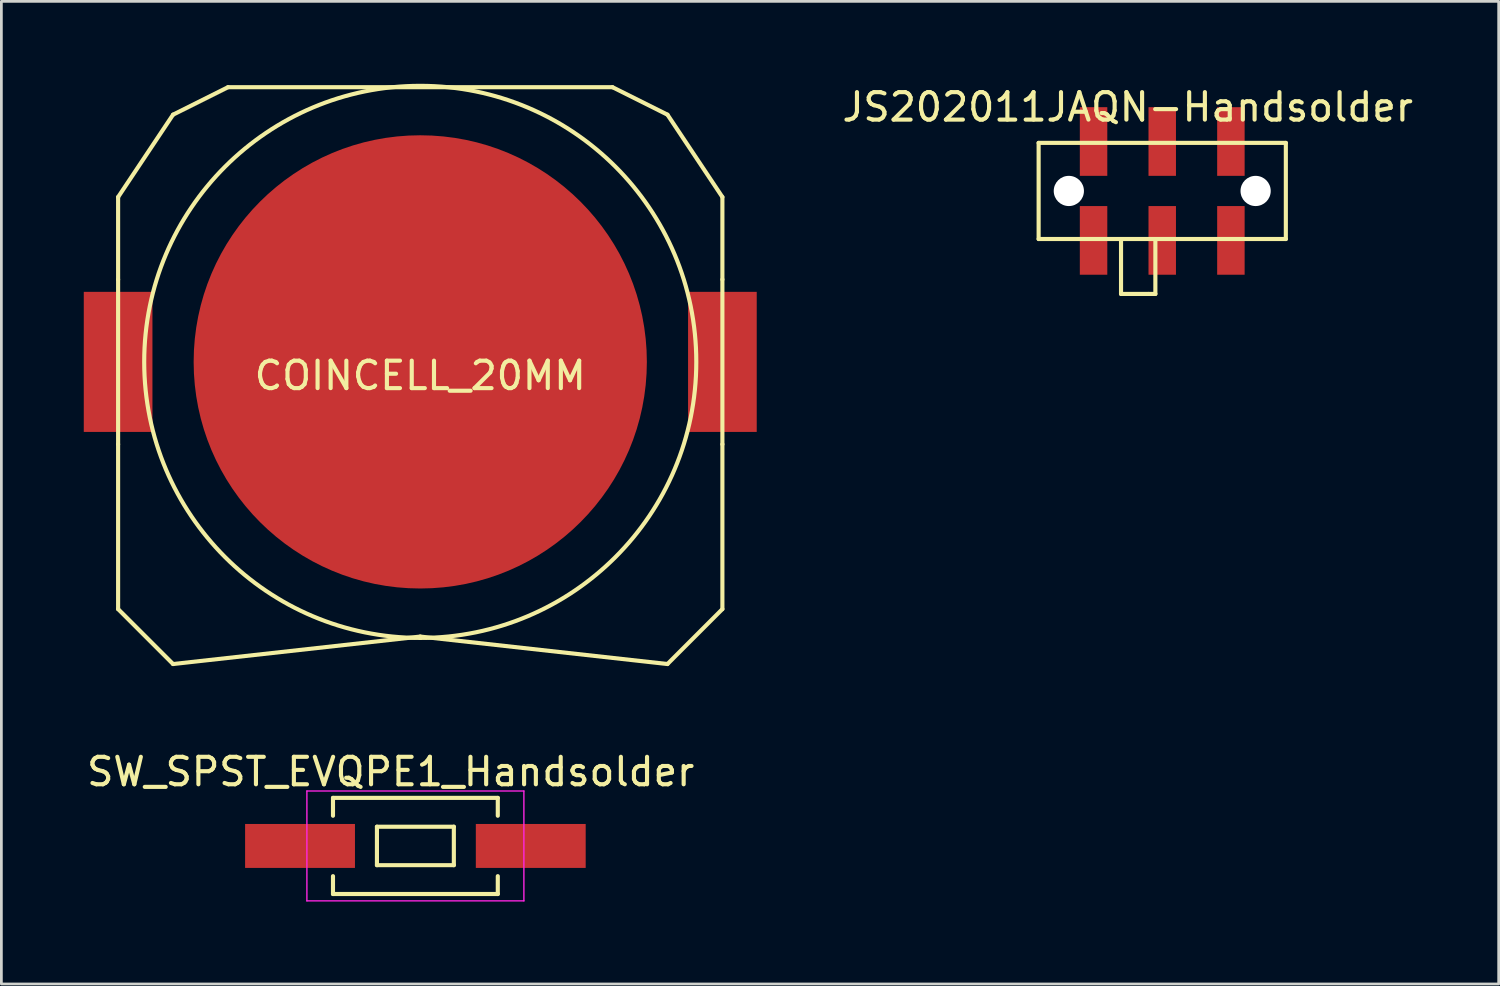
<source format=kicad_pcb>
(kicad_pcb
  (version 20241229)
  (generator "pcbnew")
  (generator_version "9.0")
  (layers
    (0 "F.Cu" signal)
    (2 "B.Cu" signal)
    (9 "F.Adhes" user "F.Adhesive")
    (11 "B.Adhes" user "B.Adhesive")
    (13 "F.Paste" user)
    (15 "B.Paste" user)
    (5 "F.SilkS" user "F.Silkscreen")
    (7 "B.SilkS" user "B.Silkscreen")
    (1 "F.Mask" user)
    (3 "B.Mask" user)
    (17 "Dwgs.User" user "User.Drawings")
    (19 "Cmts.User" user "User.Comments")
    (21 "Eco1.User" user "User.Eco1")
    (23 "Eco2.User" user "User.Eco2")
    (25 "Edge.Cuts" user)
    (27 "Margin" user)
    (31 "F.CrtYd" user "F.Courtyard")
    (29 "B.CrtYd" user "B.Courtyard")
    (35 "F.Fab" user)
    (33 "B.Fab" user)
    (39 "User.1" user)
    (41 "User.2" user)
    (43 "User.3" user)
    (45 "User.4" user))
  (footprint "JS202011JAQN-Handsolder"
    (layer "F.Cu")
    (at 39.263 3.902)
    (property "Reference" "JS202011JAQN-Handsolder" (at -1.257 -3.053 0) (layer "F.SilkS") (effects (font (size 1 1) (thickness 0.15))))
    (attr through_hole)
    (fp_line (start -4.5 -1.75) (end -4.5 1.75) (stroke (width 0.15) (type solid)) (layer "F.SilkS"))
    (fp_line (start -4.5 1.75) (end 4.5 1.75) (stroke (width 0.15) (type solid)) (layer "F.SilkS"))
    (fp_line (start -1.5 1.75) (end -1.5 3.75) (stroke (width 0.15) (type solid)) (layer "F.SilkS"))
    (fp_line (start -1.5 3.75) (end -0.5 3.75) (stroke (width 0.15) (type solid)) (layer "F.SilkS"))
    (fp_line (start -0.5 3.75) (end -0.25 3.75) (stroke (width 0.15) (type solid)) (layer "F.SilkS"))
    (fp_line (start -0.25 3.75) (end -0.25 1.75) (stroke (width 0.15) (type solid)) (layer "F.SilkS"))
    (fp_line (start 4.5 -1.75) (end -4.5 -1.75) (stroke (width 0.15) (type solid)) (layer "F.SilkS"))
    (fp_line (start 4.5 1.75) (end 4.5 -1.75) (stroke (width 0.15) (type solid)) (layer "F.SilkS"))
    (pad "" np_thru_hole circle (at -3.4 0) (size 1.1 1.1) (drill 1.1) (layers "*.Cu" "*.Mask"))
    (pad "" np_thru_hole circle (at 3.4 0) (size 1.1 1.1) (drill 1.1) (layers "*.Cu" "*.Mask"))
    (pad "1" smd rect (at -2.5 -1.8) (size 1 2.5) (layers "F.Cu" "F.Mask" "F.Paste"))
    (pad "2" smd rect (at 0 -1.8) (size 1 2.5) (layers "F.Cu" "F.Mask" "F.Paste"))
    (pad "3" smd rect (at 2.5 -1.8) (size 1 2.5) (layers "F.Cu" "F.Mask" "F.Paste"))
    (pad "4" smd rect (at 2.5 1.8) (size 1 2.5) (layers "F.Cu" "F.Mask" "F.Paste"))
    (pad "5" smd rect (at 0 1.8) (size 1 2.5) (layers "F.Cu" "F.Mask" "F.Paste"))
    (pad "6" smd rect (at -2.5 1.8) (size 1 2.5) (layers "F.Cu" "F.Mask" "F.Paste")))
  (footprint "COINCELL_20MM"
    (layer "F.Cu")
    (at 12.25 10.125)
    (property "Reference" "COINCELL_20MM" (at 0 0.5 0) (layer "F.SilkS") (effects (font (size 1 1) (thickness 0.15))))
    (attr through_hole)
    (fp_line (start -11 -6) (end -11 -3) (stroke (width 0.15) (type solid)) (layer "F.SilkS"))
    (fp_line (start -11 -6) (end -9 -9) (stroke (width 0.15) (type solid)) (layer "F.SilkS"))
    (fp_line (start -11 -3) (end -11 3) (stroke (width 0.15) (type solid)) (layer "F.SilkS"))
    (fp_line (start -11 3) (end -11 9) (stroke (width 0.15) (type solid)) (layer "F.SilkS"))
    (fp_line (start -11 9) (end -9 11) (stroke (width 0.15) (type solid)) (layer "F.SilkS"))
    (fp_line (start -9 -9) (end -7 -10) (stroke (width 0.15) (type solid)) (layer "F.SilkS"))
    (fp_line (start -9 11) (end 0 10) (stroke (width 0.15) (type solid)) (layer "F.SilkS"))
    (fp_line (start -7 -10) (end 7 -10) (stroke (width 0.15) (type solid)) (layer "F.SilkS"))
    (fp_line (start 0 10) (end 9 11) (stroke (width 0.15) (type solid)) (layer "F.SilkS"))
    (fp_line (start 7 -10) (end 9 -9) (stroke (width 0.15) (type solid)) (layer "F.SilkS"))
    (fp_line (start 9 -9) (end 11 -6) (stroke (width 0.15) (type solid)) (layer "F.SilkS"))
    (fp_line (start 9 11) (end 11 9) (stroke (width 0.15) (type solid)) (layer "F.SilkS"))
    (fp_line (start 11 -6) (end 11 -3) (stroke (width 0.15) (type solid)) (layer "F.SilkS"))
    (fp_line (start 11 3) (end 11 -3) (stroke (width 0.15) (type solid)) (layer "F.SilkS"))
    (fp_line (start 11 9) (end 11 3) (stroke (width 0.15) (type solid)) (layer "F.SilkS"))
    (fp_circle (center 0 0) (end -1 10) (stroke (width 0.15) (type solid)) (fill no) (layer "F.SilkS"))
    (pad "1" smd rect (at -11 0) (size 2.5 5.1) (layers "F.Cu" "F.Mask" "F.Paste"))
    (pad "1" smd rect (at 11 0) (size 2.5 5.1) (layers "F.Cu" "F.Mask" "F.Paste"))
    (pad "2" smd circle (at 0 0) (size 16.5 16.5) (layers "F.Cu" "F.Mask" "F.Paste")))
  (footprint "SW_SPST_EVQPE1_Handsolder"
    (layer "F.Cu")
    (at 12.073 27.748)
    (property "Reference" "SW_SPST_EVQPE1_Handsolder" (at -0.9 -2.7 0) (layer "F.SilkS") (effects (font (size 1 1) (thickness 0.15))))
    (attr smd)
    (fp_line (start -3 -1.75) (end -3 -1.1) (stroke (width 0.15) (type solid)) (layer "F.SilkS"))
    (fp_line (start -3 1.1) (end -3 1.75) (stroke (width 0.15) (type solid)) (layer "F.SilkS"))
    (fp_line (start -3 1.75) (end 3 1.75) (stroke (width 0.15) (type solid)) (layer "F.SilkS"))
    (fp_line (start -1.4 -0.7) (end 1.4 -0.7) (stroke (width 0.15) (type solid)) (layer "F.SilkS"))
    (fp_line (start -1.4 0.7) (end -1.4 -0.7) (stroke (width 0.15) (type solid)) (layer "F.SilkS"))
    (fp_line (start 1.4 -0.7) (end 1.4 0.7) (stroke (width 0.15) (type solid)) (layer "F.SilkS"))
    (fp_line (start 1.4 0.7) (end -1.4 0.7) (stroke (width 0.15) (type solid)) (layer "F.SilkS"))
    (fp_line (start 3 -1.75) (end -3 -1.75) (stroke (width 0.15) (type solid)) (layer "F.SilkS"))
    (fp_line (start 3 -1.75) (end 3 -1.1) (stroke (width 0.15) (type solid)) (layer "F.SilkS"))
    (fp_line (start 3 1.75) (end 3 1.1) (stroke (width 0.15) (type solid)) (layer "F.SilkS"))
    (fp_line (start -3.95 -2) (end 3.95 -2) (stroke (width 0.05) (type solid)) (layer "F.CrtYd"))
    (fp_line (start -3.95 2) (end -3.95 -2) (stroke (width 0.05) (type solid)) (layer "F.CrtYd"))
    (fp_line (start 3.95 -2) (end 3.95 2) (stroke (width 0.05) (type solid)) (layer "F.CrtYd"))
    (fp_line (start 3.95 2) (end -3.95 2) (stroke (width 0.05) (type solid)) (layer "F.CrtYd"))
    (pad "1" smd rect (at -4.2 0) (size 4 1.6) (layers "F.Cu" "F.Mask" "F.Paste"))
    (pad "2" smd rect (at 4.2 0) (size 4 1.6) (layers "F.Cu" "F.Mask" "F.Paste")))
  (gr_rect
    (start -3 -3)
    (end 51.512 32.773)
    (stroke (width 0.1) (type default))
    (fill no)
    (layer "Edge.Cuts")))
</source>
